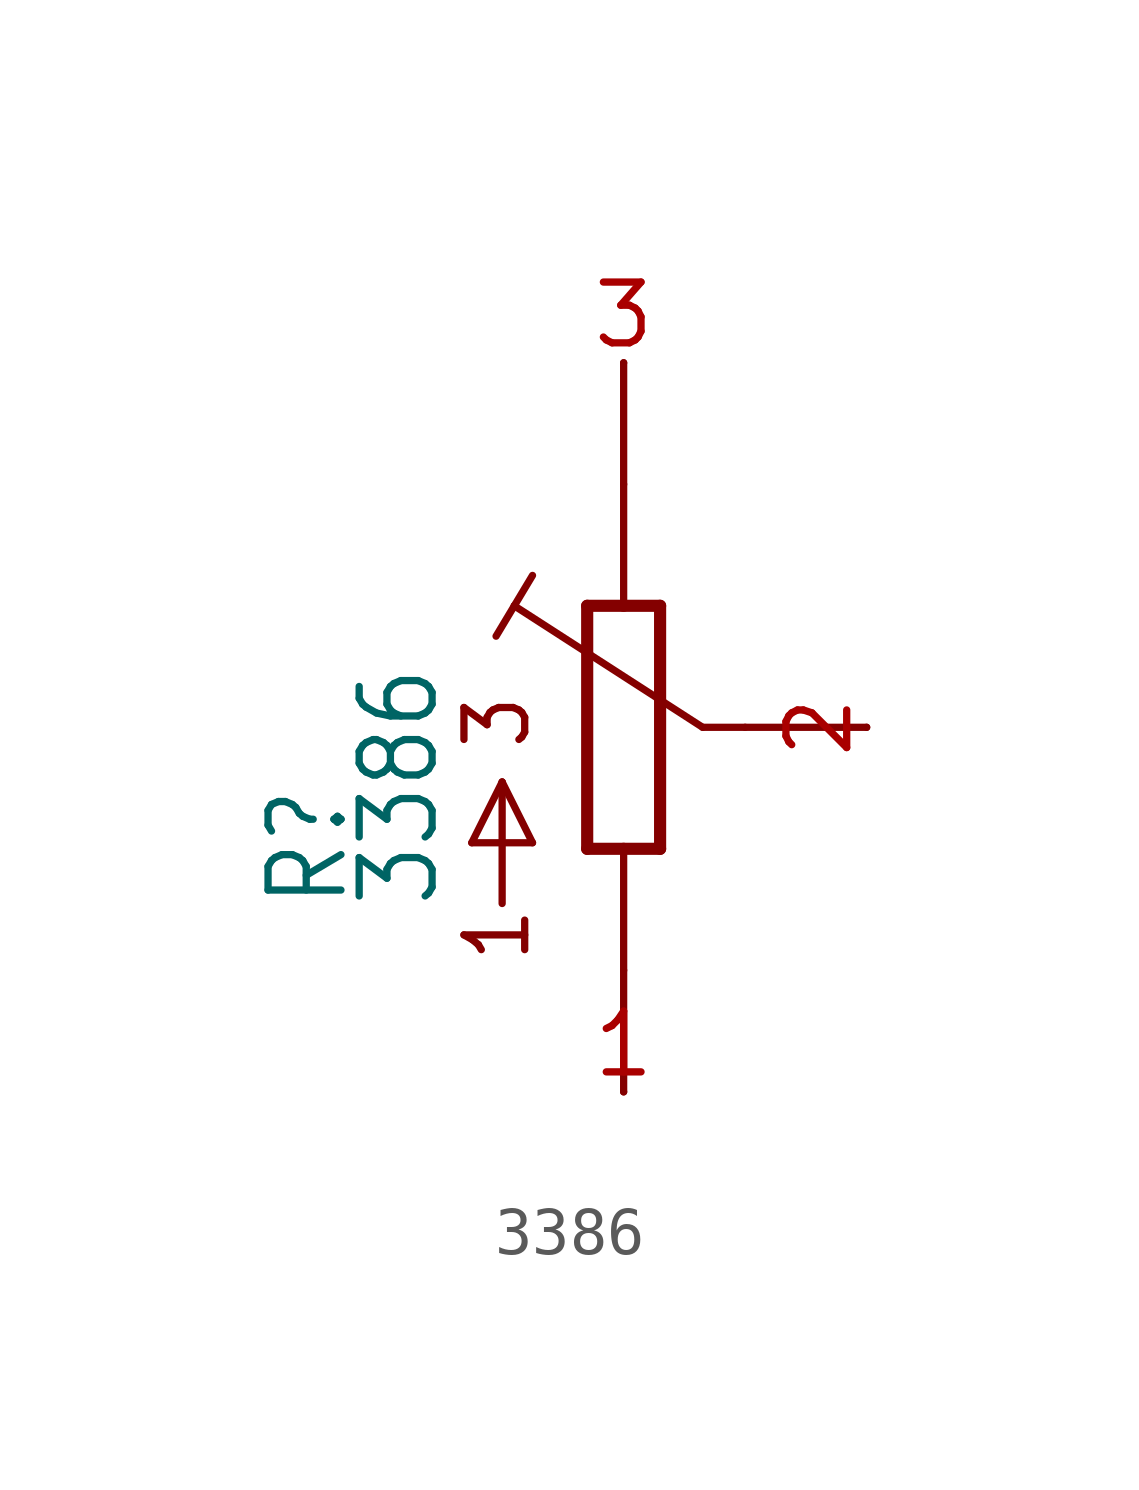
<source format=kicad_sym>
(kicad_symbol_lib
  (version 20211014)
  (generator kicad_symbol_editor)
  (symbol "3386"
    (property "Reference" "R"
      (at -5.715 -3.81 90)
      (effects (font (size 1.524 1.295)) (justify left bottom)))
    (property "Value" "3386"
      (at -3.81 -3.81 90)
      (effects (font (size 1.524 1.295)) (justify left bottom)))
    (property "ki_locked" ""
      (at 0 0 0)
      (effects (font (size 1.27 1.27))))
    (symbol "3386_1_0"
      (polyline (pts (xy -3.175 -2.413) (xy -1.905 -2.413)) (stroke (width 0.152) (type default) (color 0 0 0 0)) (fill (type none)))
      (polyline (pts (xy -2.667 1.905) (xy -2.286 2.54)) (stroke (width 0.152) (type default) (color 0 0 0 0)) (fill (type none)))
      (polyline (pts (xy -2.54 -3.683) (xy -2.54 -1.143)) (stroke (width 0.152) (type default) (color 0 0 0 0)) (fill (type none)))
      (polyline (pts (xy -2.54 -1.143) (xy -3.175 -2.413)) (stroke (width 0.152) (type default) (color 0 0 0 0)) (fill (type none)))
      (polyline (pts (xy -2.286 2.54) (xy -1.905 3.175)) (stroke (width 0.152) (type default) (color 0 0 0 0)) (fill (type none)))
      (polyline (pts (xy -1.905 -2.413) (xy -2.54 -1.143)) (stroke (width 0.152) (type default) (color 0 0 0 0)) (fill (type none)))
      (polyline (pts (xy -0.762 -2.54) (xy 0 -2.54)) (stroke (width 0.254) (type default) (color 0 0 0 0)) (fill (type none)))
      (polyline (pts (xy -0.762 2.54) (xy -0.762 -2.54)) (stroke (width 0.254) (type default) (color 0 0 0 0)) (fill (type none)))
      (polyline (pts (xy 0 -2.54) (xy 0 -7.62)) (stroke (width 0.152) (type default) (color 0 0 0 0)) (fill (type none)))
      (polyline (pts (xy 0 -2.54) (xy 0.762 -2.54)) (stroke (width 0.254) (type default) (color 0 0 0 0)) (fill (type none)))
      (polyline (pts (xy 0 2.54) (xy -0.762 2.54)) (stroke (width 0.254) (type default) (color 0 0 0 0)) (fill (type none)))
      (polyline (pts (xy 0 7.62) (xy 0 2.54)) (stroke (width 0.152) (type default) (color 0 0 0 0)) (fill (type none)))
      (polyline (pts (xy 0.762 -2.54) (xy 0.762 2.54)) (stroke (width 0.254) (type default) (color 0 0 0 0)) (fill (type none)))
      (polyline (pts (xy 0.762 2.54) (xy 0 2.54)) (stroke (width 0.254) (type default) (color 0 0 0 0)) (fill (type none)))
      (polyline (pts (xy 1.651 0) (xy -2.286 2.54)) (stroke (width 0.152) (type default) (color 0 0 0 0)) (fill (type none)))
      (polyline (pts (xy 1.651 0) (xy 5.08 0)) (stroke (width 0.152) (type default) (color 0 0 0 0)) (fill (type none)))
      (text "1" (at -1.905 -4.953 900) (effects (font (size 1.27 1.079)) (justify left bottom)))
      (text "3" (at -1.905 -0.508 900) (effects (font (size 1.27 1.079)) (justify left bottom)))
      (pin passive line (at 0 -7.62 180) (length 0) (name "1" (effects (font (size 0 0)))) (number "1" (effects (font (size 1.27 1.27)))))
      (pin passive line (at 5.08 0 270) (length 0) (name "2" (effects (font (size 0 0)))) (number "2" (effects (font (size 1.27 1.27)))))
      (pin passive line (at 0 7.62 180) (length 0) (name "3" (effects (font (size 0 0)))) (number "3" (effects (font (size 1.27 1.27)))))
      (pin passive line (at 0 -5.08 180) (length 0) (name "4" (effects (font (size 0 0)))) (number "4" (effects (font (size 0 0)))))
      (pin passive line (at 2.54 0 270) (length 0) (name "5" (effects (font (size 0 0)))) (number "5" (effects (font (size 0 0)))))
      (pin passive line (at 0 5.08 180) (length 0) (name "6" (effects (font (size 0 0)))) (number "6" (effects (font (size 0 0))))))))
</source>
